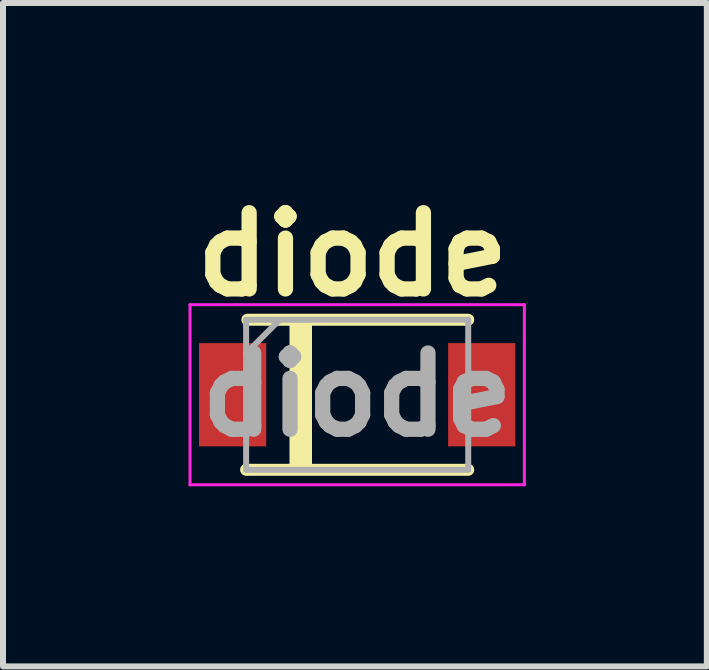
<source format=kicad_pcb>
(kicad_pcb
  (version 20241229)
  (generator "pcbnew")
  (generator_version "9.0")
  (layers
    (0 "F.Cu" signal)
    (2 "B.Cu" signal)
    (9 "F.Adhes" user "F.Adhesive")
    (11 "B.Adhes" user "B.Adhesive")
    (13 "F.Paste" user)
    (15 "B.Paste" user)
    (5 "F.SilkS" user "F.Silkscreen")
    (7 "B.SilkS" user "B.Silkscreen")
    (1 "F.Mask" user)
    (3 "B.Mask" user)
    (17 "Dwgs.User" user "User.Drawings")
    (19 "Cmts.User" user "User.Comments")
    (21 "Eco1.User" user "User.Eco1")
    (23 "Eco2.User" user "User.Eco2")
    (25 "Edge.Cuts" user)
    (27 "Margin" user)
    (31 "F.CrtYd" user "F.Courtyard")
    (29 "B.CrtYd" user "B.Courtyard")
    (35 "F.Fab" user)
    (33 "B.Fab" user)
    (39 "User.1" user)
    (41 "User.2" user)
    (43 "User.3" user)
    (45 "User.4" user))
  (footprint "diode"
    (layer "F.Cu")
    (at 2.9 3.526)
    (property "Reference" "diode" (at -0.076 -2.337 0) (layer "F.SilkS") (effects (font (size 1.27 1.27) (thickness 0.254))))
    (attr smd)
    (fp_line (start -1.85 1.25) (end 1.85 1.25) (stroke (width 0.2) (type solid)) (layer "F.SilkS"))
    (fp_line (start -1.829 -1.25) (end 1.85 -1.25) (stroke (width 0.2) (type solid)) (layer "F.SilkS"))
    (fp_line (start -0.94 -1.143) (end -0.94 1.143) (stroke (width 0.375) (type default)) (layer "F.SilkS"))
    (fp_line (start -2.785 -1.5) (end 2.785 -1.5) (stroke (width 0.05) (type solid)) (layer "F.CrtYd"))
    (fp_line (start -2.785 1.5) (end -2.785 -1.5) (stroke (width 0.05) (type solid)) (layer "F.CrtYd"))
    (fp_line (start 2.785 -1.5) (end 2.785 1.5) (stroke (width 0.05) (type solid)) (layer "F.CrtYd"))
    (fp_line (start 2.785 1.5) (end -2.785 1.5) (stroke (width 0.05) (type solid)) (layer "F.CrtYd"))
    (fp_line (start -1.85 -1.25) (end 1.85 -1.25) (stroke (width 0.1) (type solid)) (layer "F.Fab"))
    (fp_line (start -1.85 -0.69) (end -1.29 -1.25) (stroke (width 0.1) (type solid)) (layer "F.Fab"))
    (fp_line (start -1.85 1.25) (end -1.85 -1.25) (stroke (width 0.1) (type solid)) (layer "F.Fab"))
    (fp_line (start 1.85 -1.25) (end 1.85 1.25) (stroke (width 0.1) (type solid)) (layer "F.Fab"))
    (fp_line (start 1.85 1.25) (end -1.85 1.25) (stroke (width 0.1) (type solid)) (layer "F.Fab"))
    (fp_text user "${REFERENCE}" (at 0 0 0) (layer "F.Fab") (effects (font (size 1.27 1.27) (thickness 0.254))))
    (pad "1" smd rect (at -2.075 0) (size 1.12 1.72) (layers "F.Cu" "F.Mask" "F.Paste"))
    (pad "2" smd rect (at 2.075 0) (size 1.12 1.72) (layers "F.Cu" "F.Mask" "F.Paste")))
  (gr_rect
    (start -3 -3)
    (end 8.725 8.051)
    (stroke (width 0.1) (type default))
    (fill no)
    (layer "Edge.Cuts")))
</source>
